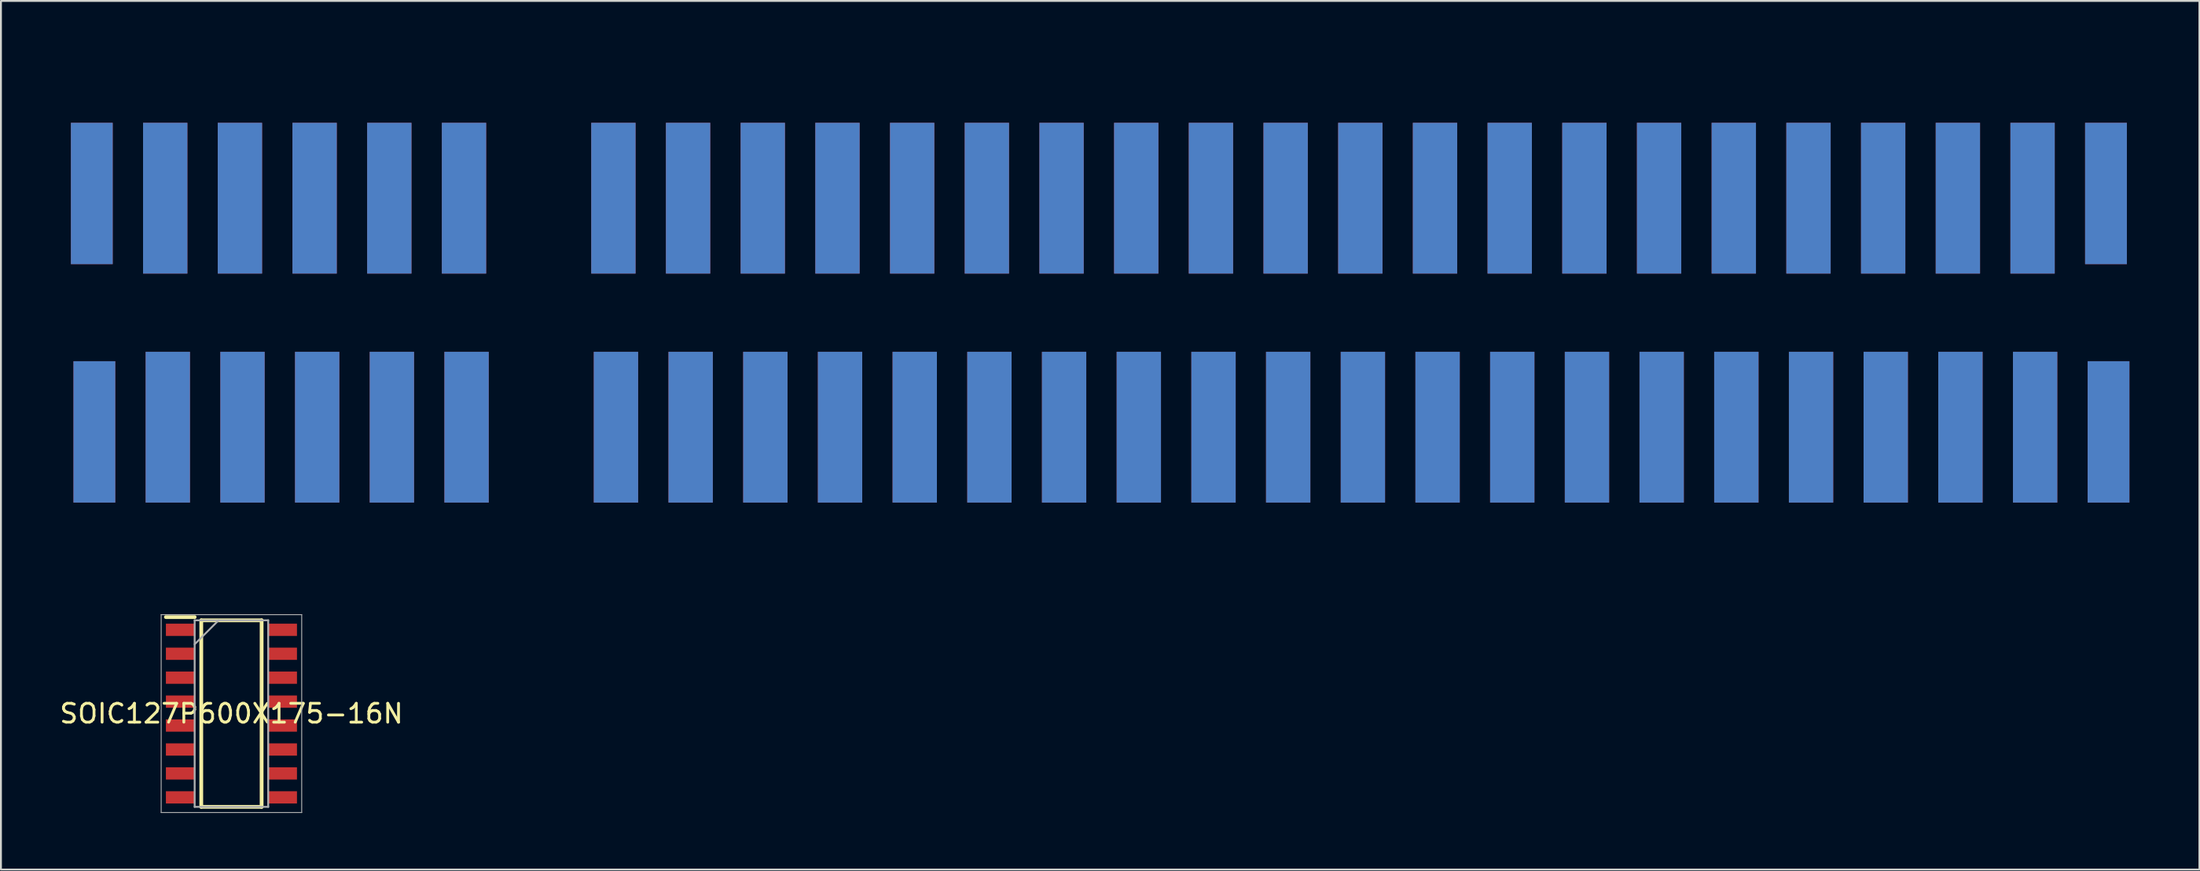
<source format=kicad_pcb>
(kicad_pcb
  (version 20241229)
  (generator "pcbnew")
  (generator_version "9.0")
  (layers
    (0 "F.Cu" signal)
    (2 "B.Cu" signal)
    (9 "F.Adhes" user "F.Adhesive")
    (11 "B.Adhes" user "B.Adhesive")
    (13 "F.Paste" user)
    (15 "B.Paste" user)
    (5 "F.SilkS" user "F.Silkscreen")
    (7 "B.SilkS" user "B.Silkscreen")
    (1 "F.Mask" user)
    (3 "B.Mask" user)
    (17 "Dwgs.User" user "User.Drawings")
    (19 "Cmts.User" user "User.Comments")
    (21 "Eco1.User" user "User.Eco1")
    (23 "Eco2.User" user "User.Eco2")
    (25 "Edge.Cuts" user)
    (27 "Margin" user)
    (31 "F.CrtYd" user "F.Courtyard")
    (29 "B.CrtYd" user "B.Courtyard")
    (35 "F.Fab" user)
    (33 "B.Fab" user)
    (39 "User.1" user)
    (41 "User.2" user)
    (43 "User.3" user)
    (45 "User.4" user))
  (footprint "SOIC127P600X175-16N"
    (layer "F.Cu")
    (at 9.22 34.811)
    (property "Reference" "SOIC127P600X175-16N" (at 0 0 0) (layer "F.SilkS") (effects (font (size 1 1) (thickness 0.15))))
    (attr smd)
    (fp_line (start -3.475 -5.12) (end -1.95 -5.12) (stroke (width 0.2) (type solid)) (layer "F.SilkS"))
    (fp_line (start -1.6 -4.95) (end 1.6 -4.95) (stroke (width 0.2) (type solid)) (layer "F.SilkS"))
    (fp_line (start -1.6 4.95) (end -1.6 -4.95) (stroke (width 0.2) (type solid)) (layer "F.SilkS"))
    (fp_line (start 1.6 -4.95) (end 1.6 4.95) (stroke (width 0.2) (type solid)) (layer "F.SilkS"))
    (fp_line (start 1.6 4.95) (end -1.6 4.95) (stroke (width 0.2) (type solid)) (layer "F.SilkS"))
    (fp_line (start -3.725 -5.25) (end 3.725 -5.25) (stroke (width 0.05) (type solid)) (layer "F.Fab"))
    (fp_line (start -3.725 5.25) (end -3.725 -5.25) (stroke (width 0.05) (type solid)) (layer "F.Fab"))
    (fp_line (start -1.95 -4.95) (end 1.95 -4.95) (stroke (width 0.1) (type solid)) (layer "F.Fab"))
    (fp_line (start -1.95 -3.68) (end -0.68 -4.95) (stroke (width 0.1) (type solid)) (layer "F.Fab"))
    (fp_line (start -1.95 4.95) (end -1.95 -4.95) (stroke (width 0.1) (type solid)) (layer "F.Fab"))
    (fp_line (start 1.95 -4.95) (end 1.95 4.95) (stroke (width 0.1) (type solid)) (layer "F.Fab"))
    (fp_line (start 1.95 4.95) (end -1.95 4.95) (stroke (width 0.1) (type solid)) (layer "F.Fab"))
    (fp_line (start 3.725 -5.25) (end 3.725 5.25) (stroke (width 0.05) (type solid)) (layer "F.Fab"))
    (fp_line (start 3.725 5.25) (end -3.725 5.25) (stroke (width 0.05) (type solid)) (layer "F.Fab"))
    (pad "1" smd rect (at -2.712 -4.445) (size 1.525 0.65) (layers "F.Cu" "F.Mask" "F.Paste"))
    (pad "2" smd rect (at -2.712 -3.175) (size 1.525 0.65) (layers "F.Cu" "F.Mask" "F.Paste"))
    (pad "3" smd rect (at -2.712 -1.905) (size 1.525 0.65) (layers "F.Cu" "F.Mask" "F.Paste"))
    (pad "4" smd rect (at -2.712 -0.635) (size 1.525 0.65) (layers "F.Cu" "F.Mask" "F.Paste"))
    (pad "5" smd rect (at -2.712 0.635) (size 1.525 0.65) (layers "F.Cu" "F.Mask" "F.Paste"))
    (pad "6" smd rect (at -2.712 1.905) (size 1.525 0.65) (layers "F.Cu" "F.Mask" "F.Paste"))
    (pad "7" smd rect (at -2.712 3.175) (size 1.525 0.65) (layers "F.Cu" "F.Mask" "F.Paste"))
    (pad "8" smd rect (at -2.712 4.445) (size 1.525 0.65) (layers "F.Cu" "F.Mask" "F.Paste"))
    (pad "9" smd rect (at 2.712 4.445) (size 1.525 0.65) (layers "F.Cu" "F.Mask" "F.Paste"))
    (pad "10" smd rect (at 2.712 3.175) (size 1.525 0.65) (layers "F.Cu" "F.Mask" "F.Paste"))
    (pad "11" smd rect (at 2.712 1.905) (size 1.525 0.65) (layers "F.Cu" "F.Mask" "F.Paste"))
    (pad "12" smd rect (at 2.712 0.635) (size 1.525 0.65) (layers "F.Cu" "F.Mask" "F.Paste"))
    (pad "13" smd rect (at 2.712 -0.635) (size 1.525 0.65) (layers "F.Cu" "F.Mask" "F.Paste"))
    (pad "14" smd rect (at 2.712 -1.905) (size 1.525 0.65) (layers "F.Cu" "F.Mask" "F.Paste"))
    (pad "15" smd rect (at 2.712 -3.175) (size 1.525 0.65) (layers "F.Cu" "F.Mask" "F.Paste"))
    (pad "16" smd rect (at 2.712 -4.445) (size 1.525 0.65) (layers "F.Cu" "F.Mask" "F.Paste")))
  (footprint "JAMMA-56"
    (layer "F.Cu")
    (at 55.345 19.615)
    (property "Reference" "JAMMA-56" (at 4.263 5.955 0) (layer "User.1") (effects (font (size 1.2 1.2) (thickness 0.15))))
    (attr through_hole)
    (fp_line (start -55.27 -3.5) (end -55.27 4.5) (stroke (width 0.15) (type solid)) (layer "User.1"))
    (fp_line (start -55.27 -3.5) (end -55.27 4.5) (stroke (width 0.15) (type solid)) (layer "User.1"))
    (fp_line (start -55.27 4.5) (end 55 4.5) (stroke (width 0.15) (type solid)) (layer "User.1"))
    (fp_line (start -55.27 4.5) (end 55 4.5) (stroke (width 0.15) (type solid)) (layer "User.1"))
    (fp_line (start -55.134 -3.5) (end -55.134 4.5) (stroke (width 0.15) (type solid)) (layer "User.1"))
    (fp_line (start -55.134 -3.5) (end -55.134 4.5) (stroke (width 0.15) (type solid)) (layer "User.1"))
    (fp_line (start -55.134 4.5) (end 55.136 4.5) (stroke (width 0.15) (type solid)) (layer "User.1"))
    (fp_line (start -55.134 4.5) (end 55.136 4.5) (stroke (width 0.15) (type solid)) (layer "User.1"))
    (fp_line (start -54.27 -4.5) (end -55.27 -3.5) (stroke (width 0.15) (type solid)) (layer "User.1"))
    (fp_line (start -54.27 -4.5) (end -55.27 -3.5) (stroke (width 0.15) (type solid)) (layer "User.1"))
    (fp_line (start -54.134 -4.5) (end -55.134 -3.5) (stroke (width 0.15) (type solid)) (layer "User.1"))
    (fp_line (start -54.134 -4.5) (end -55.134 -3.5) (stroke (width 0.15) (type solid)) (layer "User.1"))
    (fp_line (start 55 -4.5) (end -54.27 -4.5) (stroke (width 0.15) (type solid)) (layer "User.1"))
    (fp_line (start 55 4.5) (end 55 -4.5) (stroke (width 0.15) (type solid)) (layer "User.1"))
    (fp_line (start 55 4.5) (end 55 -4.5) (stroke (width 0.15) (type solid)) (layer "User.1"))
    (fp_line (start 55.136 -4.5) (end -54.134 -4.5) (stroke (width 0.15) (type solid)) (layer "User.1"))
    (fp_line (start 55.136 -4.5) (end -54.134 -4.5) (stroke (width 0.15) (type solid)) (layer "User.1"))
    (fp_line (start 55.136 4.5) (end 55.136 -4.5) (stroke (width 0.15) (type solid)) (layer "User.1"))
    (fp_line (start 55.136 4.5) (end 55.136 -4.5) (stroke (width 0.15) (type solid)) (layer "User.1"))
    (fp_line (start 55 -4.5) (end -54.27 -4.5) (stroke (width 0.15) (type solid)) (layer "User.2"))
    (pad "1" smd rect (at -53.392 0.25) (size 2.216 7.5) (layers "F.Cu" "F.Mask"))
    (pad "2" smd rect (at -49.499 0) (size 2.35 8) (layers "F.Cu" "F.Mask"))
    (pad "3" smd rect (at -45.539 0) (size 2.35 8) (layers "F.Cu" "F.Mask"))
    (pad "4" smd rect (at -41.579 0) (size 2.35 8) (layers "F.Cu" "F.Mask"))
    (pad "5" smd rect (at -37.619 0) (size 2.35 8) (layers "F.Cu" "F.Mask"))
    (pad "6" smd rect (at -33.659 0) (size 2.35 8) (layers "F.Cu" "F.Mask"))
    (pad "8" smd rect (at -25.739 0) (size 2.35 8) (layers "F.Cu" "F.Mask"))
    (pad "9" smd rect (at -21.779 0) (size 2.35 8) (layers "F.Cu" "F.Mask"))
    (pad "10" smd rect (at -17.819 0) (size 2.35 8) (layers "F.Cu" "F.Mask"))
    (pad "11" smd rect (at -13.859 0) (size 2.35 8) (layers "F.Cu" "F.Mask"))
    (pad "12" smd rect (at -9.899 0) (size 2.35 8) (layers "F.Cu" "F.Mask"))
    (pad "13" smd rect (at -5.939 0) (size 2.35 8) (layers "F.Cu" "F.Mask"))
    (pad "14" smd rect (at -1.979 0) (size 2.35 8) (layers "F.Cu" "F.Mask"))
    (pad "15" smd rect (at 1.981 0) (size 2.35 8) (layers "F.Cu" "F.Mask"))
    (pad "16" smd rect (at 5.941 0) (size 2.35 8) (layers "F.Cu" "F.Mask"))
    (pad "17" smd rect (at 9.901 0) (size 2.35 8) (layers "F.Cu" "F.Mask"))
    (pad "18" smd rect (at 13.861 0) (size 2.35 8) (layers "F.Cu" "F.Mask"))
    (pad "19" smd rect (at 17.821 0) (size 2.35 8) (layers "F.Cu" "F.Mask"))
    (pad "20" smd rect (at 21.781 0) (size 2.35 8) (layers "F.Cu" "F.Mask"))
    (pad "21" smd rect (at 25.741 0) (size 2.35 8) (layers "F.Cu" "F.Mask"))
    (pad "22" smd rect (at 29.701 0) (size 2.35 8) (layers "F.Cu" "F.Mask"))
    (pad "23" smd rect (at 33.661 0) (size 2.35 8) (layers "F.Cu" "F.Mask"))
    (pad "24" smd rect (at 37.621 0) (size 2.35 8) (layers "F.Cu" "F.Mask"))
    (pad "25" smd rect (at 41.581 0) (size 2.35 8) (layers "F.Cu" "F.Mask"))
    (pad "26" smd rect (at 45.541 0) (size 2.35 8) (layers "F.Cu" "F.Mask"))
    (pad "27" smd rect (at 49.501 0) (size 2.35 8) (layers "F.Cu" "F.Mask"))
    (pad "28" smd rect (at 53.393 0.25) (size 2.214 7.5) (layers "F.Cu" "F.Mask"))
    (pad "A" smd rect (at -53.392 0.25) (size 2.216 7.5) (layers "B.Cu" "B.Mask"))
    (pad "B" smd rect (at -49.499 0) (size 2.35 8) (layers "B.Cu" "B.Mask"))
    (pad "C" smd rect (at -45.539 0) (size 2.35 8) (layers "B.Cu" "B.Mask"))
    (pad "D" smd rect (at -41.579 0) (size 2.35 8) (layers "B.Cu" "B.Mask"))
    (pad "E" smd rect (at -37.619 0) (size 2.35 8) (layers "B.Cu" "B.Mask"))
    (pad "F" smd rect (at -33.659 0) (size 2.35 8) (layers "B.Cu" "B.Mask"))
    (pad "J" smd rect (at -25.739 0) (size 2.35 8) (layers "B.Cu" "B.Mask"))
    (pad "K" smd rect (at -21.779 0) (size 2.35 8) (layers "B.Cu" "B.Mask"))
    (pad "L" smd rect (at -17.819 0) (size 2.35 8) (layers "B.Cu" "B.Mask"))
    (pad "M" smd rect (at -13.859 0) (size 2.35 8) (layers "B.Cu" "B.Mask"))
    (pad "N" smd rect (at -9.899 0) (size 2.35 8) (layers "B.Cu" "B.Mask"))
    (pad "P" smd rect (at -5.939 0) (size 2.35 8) (layers "B.Cu" "B.Mask"))
    (pad "R" smd rect (at -1.979 0) (size 2.35 8) (layers "B.Cu" "B.Mask"))
    (pad "S" smd rect (at 1.981 0) (size 2.35 8) (layers "B.Cu" "B.Mask"))
    (pad "T" smd rect (at 5.941 0) (size 2.35 8) (layers "B.Cu" "B.Mask"))
    (pad "U" smd rect (at 9.901 0) (size 2.35 8) (layers "B.Cu" "B.Mask"))
    (pad "V" smd rect (at 13.861 0) (size 2.35 8) (layers "B.Cu" "B.Mask"))
    (pad "W" smd rect (at 17.821 0) (size 2.35 8) (layers "B.Cu" "B.Mask"))
    (pad "X" smd rect (at 21.781 0) (size 2.35 8) (layers "B.Cu" "B.Mask"))
    (pad "Y" smd rect (at 25.741 0) (size 2.35 8) (layers "B.Cu" "B.Mask"))
    (pad "Z" smd rect (at 29.701 0) (size 2.35 8) (layers "B.Cu" "B.Mask"))
    (pad "a" smd rect (at 33.661 0) (size 2.35 8) (layers "B.Cu" "B.Mask"))
    (pad "b" smd rect (at 37.621 0) (size 2.35 8) (layers "B.Cu" "B.Mask"))
    (pad "c" smd rect (at 41.581 0) (size 2.35 8) (layers "B.Cu" "B.Mask"))
    (pad "d" smd rect (at 45.541 0) (size 2.35 8) (layers "B.Cu" "B.Mask"))
    (pad "e" smd rect (at 49.501 0) (size 2.35 8) (layers "B.Cu" "B.Mask"))
    (pad "f" smd rect (at 53.393 0.25) (size 2.214 7.5) (layers "B.Cu" "B.Mask")))
  (footprint "JAMMA-56_inverted"
    (layer "F.Cu")
    (at 55.209 7.465)
    (property "Reference" "JAMMA-56_inverted" (at -0.5 -6.5 0) (layer "User.1") (effects (font (size 1.2 1.2) (thickness 0.15))))
    (attr through_hole)
    (fp_line (start -55.134 -4.5) (end 55.136 -4.5) (stroke (width 0.15) (type solid)) (layer "User.1"))
    (fp_line (start -55.134 -4.5) (end 55.136 -4.5) (stroke (width 0.15) (type solid)) (layer "User.1"))
    (fp_line (start -55.134 3.5) (end -55.134 -4.5) (stroke (width 0.15) (type solid)) (layer "User.1"))
    (fp_line (start -55.134 3.5) (end -55.134 -4.5) (stroke (width 0.15) (type solid)) (layer "User.1"))
    (fp_line (start -54.134 4.5) (end -55.134 3.5) (stroke (width 0.15) (type solid)) (layer "User.1"))
    (fp_line (start -54.134 4.5) (end -55.134 3.5) (stroke (width 0.15) (type solid)) (layer "User.1"))
    (fp_line (start 55.136 -4.5) (end 55.136 4.5) (stroke (width 0.15) (type solid)) (layer "User.1"))
    (fp_line (start 55.136 -4.5) (end 55.136 4.5) (stroke (width 0.15) (type solid)) (layer "User.1"))
    (fp_line (start 55.136 4.5) (end -54.134 4.5) (stroke (width 0.15) (type solid)) (layer "User.1"))
    (fp_line (start 55.136 4.5) (end -54.134 4.5) (stroke (width 0.15) (type solid)) (layer "User.1"))
    (pad "1" smd rect (at -53.392 -0.25) (size 2.216 7.5) (layers "F.Cu" "F.Mask"))
    (pad "2" smd rect (at -49.499 0) (size 2.35 8) (layers "F.Cu" "F.Mask"))
    (pad "3" smd rect (at -45.539 0) (size 2.35 8) (layers "F.Cu" "F.Mask"))
    (pad "4" smd rect (at -41.579 0) (size 2.35 8) (layers "F.Cu" "F.Mask"))
    (pad "5" smd rect (at -37.619 0) (size 2.35 8) (layers "F.Cu" "F.Mask"))
    (pad "6" smd rect (at -33.659 0) (size 2.35 8) (layers "F.Cu" "F.Mask"))
    (pad "8" smd rect (at -25.739 0) (size 2.35 8) (layers "F.Cu" "F.Mask"))
    (pad "9" smd rect (at -21.779 0) (size 2.35 8) (layers "F.Cu" "F.Mask"))
    (pad "10" smd rect (at -17.819 0) (size 2.35 8) (layers "F.Cu" "F.Mask"))
    (pad "11" smd rect (at -13.859 0) (size 2.35 8) (layers "F.Cu" "F.Mask"))
    (pad "12" smd rect (at -9.899 0) (size 2.35 8) (layers "F.Cu" "F.Mask"))
    (pad "13" smd rect (at -5.939 0) (size 2.35 8) (layers "F.Cu" "F.Mask"))
    (pad "14" smd rect (at -1.979 0) (size 2.35 8) (layers "F.Cu" "F.Mask"))
    (pad "15" smd rect (at 1.981 0) (size 2.35 8) (layers "F.Cu" "F.Mask"))
    (pad "16" smd rect (at 5.941 0) (size 2.35 8) (layers "F.Cu" "F.Mask"))
    (pad "17" smd rect (at 9.901 0) (size 2.35 8) (layers "F.Cu" "F.Mask"))
    (pad "18" smd rect (at 13.861 0) (size 2.35 8) (layers "F.Cu" "F.Mask"))
    (pad "19" smd rect (at 17.821 0) (size 2.35 8) (layers "F.Cu" "F.Mask"))
    (pad "20" smd rect (at 21.781 0) (size 2.35 8) (layers "F.Cu" "F.Mask"))
    (pad "21" smd rect (at 25.741 0) (size 2.35 8) (layers "F.Cu" "F.Mask"))
    (pad "22" smd rect (at 29.701 0) (size 2.35 8) (layers "F.Cu" "F.Mask"))
    (pad "23" smd rect (at 33.661 0) (size 2.35 8) (layers "F.Cu" "F.Mask"))
    (pad "24" smd rect (at 37.621 0) (size 2.35 8) (layers "F.Cu" "F.Mask"))
    (pad "25" smd rect (at 41.581 0) (size 2.35 8) (layers "F.Cu" "F.Mask"))
    (pad "26" smd rect (at 45.541 0) (size 2.35 8) (layers "F.Cu" "F.Mask"))
    (pad "27" smd rect (at 49.501 0) (size 2.35 8) (layers "F.Cu" "F.Mask"))
    (pad "28" smd rect (at 53.393 -0.25) (size 2.214 7.5) (layers "F.Cu" "F.Mask"))
    (pad "A" smd rect (at -53.392 -0.25) (size 2.216 7.5) (layers "B.Cu" "B.Mask"))
    (pad "B" smd rect (at -49.499 0) (size 2.35 8) (layers "B.Cu" "B.Mask"))
    (pad "C" smd rect (at -45.539 0) (size 2.35 8) (layers "B.Cu" "B.Mask"))
    (pad "D" smd rect (at -41.579 0) (size 2.35 8) (layers "B.Cu" "B.Mask"))
    (pad "E" smd rect (at -37.619 0) (size 2.35 8) (layers "B.Cu" "B.Mask"))
    (pad "F" smd rect (at -33.659 0) (size 2.35 8) (layers "B.Cu" "B.Mask"))
    (pad "J" smd rect (at -25.739 0) (size 2.35 8) (layers "B.Cu" "B.Mask"))
    (pad "K" smd rect (at -21.779 0) (size 2.35 8) (layers "B.Cu" "B.Mask"))
    (pad "L" smd rect (at -17.819 0) (size 2.35 8) (layers "B.Cu" "B.Mask"))
    (pad "M" smd rect (at -13.859 0) (size 2.35 8) (layers "B.Cu" "B.Mask"))
    (pad "N" smd rect (at -9.899 0) (size 2.35 8) (layers "B.Cu" "B.Mask"))
    (pad "P" smd rect (at -5.939 0) (size 2.35 8) (layers "B.Cu" "B.Mask"))
    (pad "R" smd rect (at -1.979 0) (size 2.35 8) (layers "B.Cu" "B.Mask"))
    (pad "S" smd rect (at 1.981 0) (size 2.35 8) (layers "B.Cu" "B.Mask"))
    (pad "T" smd rect (at 5.941 0) (size 2.35 8) (layers "B.Cu" "B.Mask"))
    (pad "U" smd rect (at 9.901 0) (size 2.35 8) (layers "B.Cu" "B.Mask"))
    (pad "V" smd rect (at 13.861 0) (size 2.35 8) (layers "B.Cu" "B.Mask"))
    (pad "W" smd rect (at 17.821 0) (size 2.35 8) (layers "B.Cu" "B.Mask"))
    (pad "X" smd rect (at 21.781 0) (size 2.35 8) (layers "B.Cu" "B.Mask"))
    (pad "Y" smd rect (at 25.741 0) (size 2.35 8) (layers "B.Cu" "B.Mask"))
    (pad "Z" smd rect (at 29.701 0) (size 2.35 8) (layers "B.Cu" "B.Mask"))
    (pad "a" smd rect (at 33.661 0) (size 2.35 8) (layers "B.Cu" "B.Mask"))
    (pad "b" smd rect (at 37.621 0) (size 2.35 8) (layers "B.Cu" "B.Mask"))
    (pad "c" smd rect (at 41.581 0) (size 2.35 8) (layers "B.Cu" "B.Mask"))
    (pad "d" smd rect (at 45.541 0) (size 2.35 8) (layers "B.Cu" "B.Mask"))
    (pad "e" smd rect (at 49.501 0) (size 2.35 8) (layers "B.Cu" "B.Mask"))
    (pad "f" smd rect (at 53.393 -0.25) (size 2.214 7.5) (layers "B.Cu" "B.Mask")))
  (gr_rect
    (start -3 -3)
    (end 113.556 43.086)
    (stroke (width 0.1) (type default))
    (fill no)
    (layer "Edge.Cuts")))
</source>
